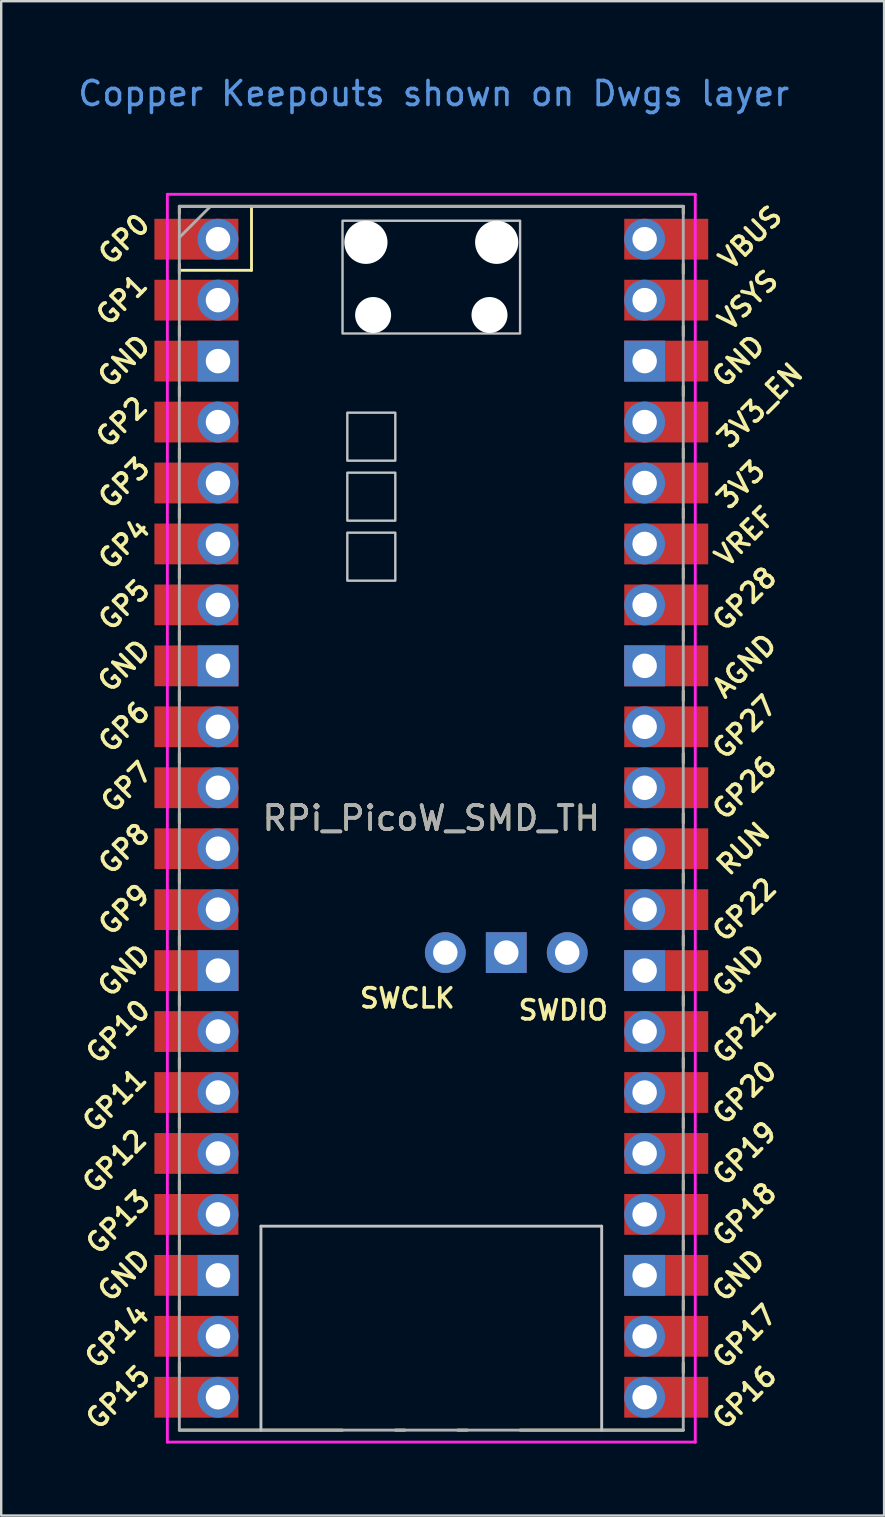
<source format=kicad_pcb>
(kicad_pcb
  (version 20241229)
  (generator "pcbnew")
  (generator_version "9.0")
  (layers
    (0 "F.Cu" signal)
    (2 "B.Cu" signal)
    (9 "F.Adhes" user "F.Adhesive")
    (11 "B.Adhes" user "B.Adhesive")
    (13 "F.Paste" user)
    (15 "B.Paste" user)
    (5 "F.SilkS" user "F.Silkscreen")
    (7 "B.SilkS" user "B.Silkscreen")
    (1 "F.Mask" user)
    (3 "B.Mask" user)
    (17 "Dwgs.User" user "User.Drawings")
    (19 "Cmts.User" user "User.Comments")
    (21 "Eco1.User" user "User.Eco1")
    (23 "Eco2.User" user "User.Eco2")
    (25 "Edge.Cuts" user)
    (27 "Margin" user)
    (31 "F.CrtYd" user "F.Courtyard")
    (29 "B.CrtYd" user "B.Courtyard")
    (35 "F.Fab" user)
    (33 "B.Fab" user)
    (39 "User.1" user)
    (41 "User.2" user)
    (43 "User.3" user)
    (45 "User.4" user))
  (footprint "RPi_PicoW_SMD_TH"
    (layer "F.Cu")
    (at 14.924 31.048)
    (property "Reference" "RPi_PicoW_SMD_TH" (at 0 0 0) (layer "F.SilkS") (effects (font (size 1 1) (thickness 0.15))))
    (attr through_hole)
    (fp_line (start -10.5 -25.5) (end -10.5 -25.2) (stroke (width 0.12) (type solid)) (layer "F.SilkS"))
    (fp_line (start -10.5 -25.5) (end 10.5 -25.5) (stroke (width 0.12) (type solid)) (layer "F.SilkS"))
    (fp_line (start -10.5 -23.1) (end -10.5 -22.7) (stroke (width 0.12) (type solid)) (layer "F.SilkS"))
    (fp_line (start -10.5 -22.833) (end -7.493 -22.833) (stroke (width 0.12) (type solid)) (layer "F.SilkS"))
    (fp_line (start -10.5 -20.5) (end -10.5 -20.1) (stroke (width 0.12) (type solid)) (layer "F.SilkS"))
    (fp_line (start -10.5 -18) (end -10.5 -17.6) (stroke (width 0.12) (type solid)) (layer "F.SilkS"))
    (fp_line (start -10.5 -15.4) (end -10.5 -15) (stroke (width 0.12) (type solid)) (layer "F.SilkS"))
    (fp_line (start -10.5 -12.9) (end -10.5 -12.5) (stroke (width 0.12) (type solid)) (layer "F.SilkS"))
    (fp_line (start -10.5 -10.4) (end -10.5 -10) (stroke (width 0.12) (type solid)) (layer "F.SilkS"))
    (fp_line (start -10.5 -7.8) (end -10.5 -7.4) (stroke (width 0.12) (type solid)) (layer "F.SilkS"))
    (fp_line (start -10.5 -5.3) (end -10.5 -4.9) (stroke (width 0.12) (type solid)) (layer "F.SilkS"))
    (fp_line (start -10.5 -2.7) (end -10.5 -2.3) (stroke (width 0.12) (type solid)) (layer "F.SilkS"))
    (fp_line (start -10.5 -0.2) (end -10.5 0.2) (stroke (width 0.12) (type solid)) (layer "F.SilkS"))
    (fp_line (start -10.5 2.3) (end -10.5 2.7) (stroke (width 0.12) (type solid)) (layer "F.SilkS"))
    (fp_line (start -10.5 4.9) (end -10.5 5.3) (stroke (width 0.12) (type solid)) (layer "F.SilkS"))
    (fp_line (start -10.5 7.4) (end -10.5 7.8) (stroke (width 0.12) (type solid)) (layer "F.SilkS"))
    (fp_line (start -10.5 10) (end -10.5 10.4) (stroke (width 0.12) (type solid)) (layer "F.SilkS"))
    (fp_line (start -10.5 12.5) (end -10.5 12.9) (stroke (width 0.12) (type solid)) (layer "F.SilkS"))
    (fp_line (start -10.5 15.1) (end -10.5 15.5) (stroke (width 0.12) (type solid)) (layer "F.SilkS"))
    (fp_line (start -10.5 17.6) (end -10.5 18) (stroke (width 0.12) (type solid)) (layer "F.SilkS"))
    (fp_line (start -10.5 20.1) (end -10.5 20.5) (stroke (width 0.12) (type solid)) (layer "F.SilkS"))
    (fp_line (start -10.5 22.7) (end -10.5 23.1) (stroke (width 0.12) (type solid)) (layer "F.SilkS"))
    (fp_line (start -7.493 -22.833) (end -7.493 -25.5) (stroke (width 0.12) (type solid)) (layer "F.SilkS"))
    (fp_line (start -3.7 25.5) (end -10.5 25.5) (stroke (width 0.12) (type solid)) (layer "F.SilkS"))
    (fp_line (start -1.5 25.5) (end -1.1 25.5) (stroke (width 0.12) (type solid)) (layer "F.SilkS"))
    (fp_line (start 1.1 25.5) (end 1.5 25.5) (stroke (width 0.12) (type solid)) (layer "F.SilkS"))
    (fp_line (start 10.5 -25.5) (end 10.5 -25.2) (stroke (width 0.12) (type solid)) (layer "F.SilkS"))
    (fp_line (start 10.5 -23.1) (end 10.5 -22.7) (stroke (width 0.12) (type solid)) (layer "F.SilkS"))
    (fp_line (start 10.5 -20.5) (end 10.5 -20.1) (stroke (width 0.12) (type solid)) (layer "F.SilkS"))
    (fp_line (start 10.5 -18) (end 10.5 -17.6) (stroke (width 0.12) (type solid)) (layer "F.SilkS"))
    (fp_line (start 10.5 -15.4) (end 10.5 -15) (stroke (width 0.12) (type solid)) (layer "F.SilkS"))
    (fp_line (start 10.5 -12.9) (end 10.5 -12.5) (stroke (width 0.12) (type solid)) (layer "F.SilkS"))
    (fp_line (start 10.5 -10.4) (end 10.5 -10) (stroke (width 0.12) (type solid)) (layer "F.SilkS"))
    (fp_line (start 10.5 -7.8) (end 10.5 -7.4) (stroke (width 0.12) (type solid)) (layer "F.SilkS"))
    (fp_line (start 10.5 -5.3) (end 10.5 -4.9) (stroke (width 0.12) (type solid)) (layer "F.SilkS"))
    (fp_line (start 10.5 -2.7) (end 10.5 -2.3) (stroke (width 0.12) (type solid)) (layer "F.SilkS"))
    (fp_line (start 10.5 -0.2) (end 10.5 0.2) (stroke (width 0.12) (type solid)) (layer "F.SilkS"))
    (fp_line (start 10.5 2.3) (end 10.5 2.7) (stroke (width 0.12) (type solid)) (layer "F.SilkS"))
    (fp_line (start 10.5 4.9) (end 10.5 5.3) (stroke (width 0.12) (type solid)) (layer "F.SilkS"))
    (fp_line (start 10.5 7.4) (end 10.5 7.8) (stroke (width 0.12) (type solid)) (layer "F.SilkS"))
    (fp_line (start 10.5 10) (end 10.5 10.4) (stroke (width 0.12) (type solid)) (layer "F.SilkS"))
    (fp_line (start 10.5 12.5) (end 10.5 12.9) (stroke (width 0.12) (type solid)) (layer "F.SilkS"))
    (fp_line (start 10.5 15.1) (end 10.5 15.5) (stroke (width 0.12) (type solid)) (layer "F.SilkS"))
    (fp_line (start 10.5 17.6) (end 10.5 18) (stroke (width 0.12) (type solid)) (layer "F.SilkS"))
    (fp_line (start 10.5 20.1) (end 10.5 20.5) (stroke (width 0.12) (type solid)) (layer "F.SilkS"))
    (fp_line (start 10.5 22.7) (end 10.5 23.1) (stroke (width 0.12) (type solid)) (layer "F.SilkS"))
    (fp_line (start 10.5 25.5) (end 3.7 25.5) (stroke (width 0.12) (type solid)) (layer "F.SilkS"))
    (fp_line (start -7.1 17) (end 7.1 17) (stroke (width 0.12) (type solid)) (layer "Dwgs.User"))
    (fp_line (start -7.1 25.5) (end -7.1 17) (stroke (width 0.12) (type solid)) (layer "Dwgs.User"))
    (fp_line (start 7.1 17) (end 7.1 25.5) (stroke (width 0.12) (type solid)) (layer "Dwgs.User"))
    (fp_poly (pts (xy -1.5 -14.9) (xy -3.5 -14.9) (xy -3.5 -16.9) (xy -1.5 -16.9)) (stroke (width 0.1) (type solid)) (fill no) (layer "Dwgs.User"))
    (fp_poly (pts (xy -1.5 -12.4) (xy -3.5 -12.4) (xy -3.5 -14.4) (xy -1.5 -14.4)) (stroke (width 0.1) (type solid)) (fill no) (layer "Dwgs.User"))
    (fp_poly (pts (xy -1.5 -9.9) (xy -3.5 -9.9) (xy -3.5 -11.9) (xy -1.5 -11.9)) (stroke (width 0.1) (type solid)) (fill no) (layer "Dwgs.User"))
    (fp_poly (pts (xy 3.7 -20.2) (xy -3.7 -20.2) (xy -3.7 -24.9) (xy 3.7 -24.9)) (stroke (width 0.1) (type solid)) (fill no) (layer "Dwgs.User"))
    (fp_line (start -11 -26) (end 11 -26) (stroke (width 0.12) (type solid)) (layer "F.CrtYd"))
    (fp_line (start -11 26) (end -11 -26) (stroke (width 0.12) (type solid)) (layer "F.CrtYd"))
    (fp_line (start 11 -26) (end 11 26) (stroke (width 0.12) (type solid)) (layer "F.CrtYd"))
    (fp_line (start 11 26) (end -11 26) (stroke (width 0.12) (type solid)) (layer "F.CrtYd"))
    (fp_line (start -10.5 -25.5) (end 10.5 -25.5) (stroke (width 0.12) (type solid)) (layer "F.Fab"))
    (fp_line (start -10.5 -24.2) (end -9.2 -25.5) (stroke (width 0.12) (type solid)) (layer "F.Fab"))
    (fp_line (start -10.5 25.5) (end -10.5 -25.5) (stroke (width 0.12) (type solid)) (layer "F.Fab"))
    (fp_line (start 10.5 -25.5) (end 10.5 25.5) (stroke (width 0.12) (type solid)) (layer "F.Fab"))
    (fp_line (start 10.5 25.5) (end -10.5 25.5) (stroke (width 0.12) (type solid)) (layer "F.Fab"))
    (fp_text user "GP18" (at 13.054 16.51 45) (layer "F.SilkS") (effects (font (size 0.8 0.8) (thickness 0.15))))
    (fp_text user "3V3" (at 12.9 -13.9 45) (layer "F.SilkS") (effects (font (size 0.8 0.8) (thickness 0.15))))
    (fp_text user "SWCLK" (at -1 7.5 0) (layer "F.SilkS") (effects (font (size 0.8 0.8) (thickness 0.15))))
    (fp_text user "GP0" (at -12.8 -24.13 45) (layer "F.SilkS") (effects (font (size 0.8 0.8) (thickness 0.15))))
    (fp_text user "GND" (at -12.8 -6.35 45) (layer "F.SilkS") (effects (font (size 0.8 0.8) (thickness 0.15))))
    (fp_text user "GP28" (at 13.054 -9.144 45) (layer "F.SilkS") (effects (font (size 0.8 0.8) (thickness 0.15))))
    (fp_text user "GND" (at -12.8 6.35 45) (layer "F.SilkS") (effects (font (size 0.8 0.8) (thickness 0.15))))
    (fp_text user "GP7" (at -12.7 -1.3 45) (layer "F.SilkS") (effects (font (size 0.8 0.8) (thickness 0.15))))
    (fp_text user "GP3" (at -12.8 -13.97 45) (layer "F.SilkS") (effects (font (size 0.8 0.8) (thickness 0.15))))
    (fp_text user "GP10" (at -13.054 8.89 45) (layer "F.SilkS") (effects (font (size 0.8 0.8) (thickness 0.15))))
    (fp_text user "GP15" (at -13.054 24.13 45) (layer "F.SilkS") (effects (font (size 0.8 0.8) (thickness 0.15))))
    (fp_text user "GND" (at 12.8 -19.05 45) (layer "F.SilkS") (effects (font (size 0.8 0.8) (thickness 0.15))))
    (fp_text user "RUN" (at 13 1.27 45) (layer "F.SilkS") (effects (font (size 0.8 0.8) (thickness 0.15))))
    (fp_text user "GP21" (at 13.054 8.9 45) (layer "F.SilkS") (effects (font (size 0.8 0.8) (thickness 0.15))))
    (fp_text user "GND" (at 12.8 19.05 45) (layer "F.SilkS") (effects (font (size 0.8 0.8) (thickness 0.15))))
    (fp_text user "GND" (at -12.8 -19.05 45) (layer "F.SilkS") (effects (font (size 0.8 0.8) (thickness 0.15))))
    (fp_text user "GP16" (at 13.054 24.13 45) (layer "F.SilkS") (effects (font (size 0.8 0.8) (thickness 0.15))))
    (fp_text user "VSYS" (at 13.2 -21.59 45) (layer "F.SilkS") (effects (font (size 0.8 0.8) (thickness 0.15))))
    (fp_text user "GP5" (at -12.8 -8.89 45) (layer "F.SilkS") (effects (font (size 0.8 0.8) (thickness 0.15))))
    (fp_text user "GP27" (at 13.054 -3.8 45) (layer "F.SilkS") (effects (font (size 0.8 0.8) (thickness 0.15))))
    (fp_text user "SWDIO" (at 5.5 8 0) (layer "F.SilkS") (effects (font (size 0.8 0.8) (thickness 0.15))))
    (fp_text user "GP11" (at -13.2 11.752 45) (layer "F.SilkS") (effects (font (size 0.8 0.8) (thickness 0.15))))
    (fp_text user "GP20" (at 13.054 11.43 45) (layer "F.SilkS") (effects (font (size 0.8 0.8) (thickness 0.15))))
    (fp_text user "GP26" (at 13.054 -1.27 45) (layer "F.SilkS") (effects (font (size 0.8 0.8) (thickness 0.15))))
    (fp_text user "GP6" (at -12.8 -3.81 45) (layer "F.SilkS") (effects (font (size 0.8 0.8) (thickness 0.15))))
    (fp_text user "VBUS" (at 13.3 -24.2 45) (layer "F.SilkS") (effects (font (size 0.8 0.8) (thickness 0.15))))
    (fp_text user "GP17" (at 13.054 21.59 45) (layer "F.SilkS") (effects (font (size 0.8 0.8) (thickness 0.15))))
    (fp_text user "GP22" (at 13.054 3.81 45) (layer "F.SilkS") (effects (font (size 0.8 0.8) (thickness 0.15))))
    (fp_text user "GP13" (at -13.054 16.832 45) (layer "F.SilkS") (effects (font (size 0.8 0.8) (thickness 0.15))))
    (fp_text user "GND" (at -12.8 19.05 45) (layer "F.SilkS") (effects (font (size 0.8 0.8) (thickness 0.15))))
    (fp_text user "GP1" (at -12.9 -21.6 45) (layer "F.SilkS") (effects (font (size 0.8 0.8) (thickness 0.15))))
    (fp_text user "GP14" (at -13.1 21.59 45) (layer "F.SilkS") (effects (font (size 0.8 0.8) (thickness 0.15))))
    (fp_text user "GP19" (at 13.054 13.97 45) (layer "F.SilkS") (effects (font (size 0.8 0.8) (thickness 0.15))))
    (fp_text user "GP4" (at -12.8 -11.43 45) (layer "F.SilkS") (effects (font (size 0.8 0.8) (thickness 0.15))))
    (fp_text user "GND" (at 12.8 6.35 45) (layer "F.SilkS") (effects (font (size 0.8 0.8) (thickness 0.15))))
    (fp_text user "GP9" (at -12.8 3.81 45) (layer "F.SilkS") (effects (font (size 0.8 0.8) (thickness 0.15))))
    (fp_text user "VREF" (at 13.068 -11.742 45) (layer "F.SilkS") (effects (font (size 0.8 0.8) (thickness 0.15))))
    (fp_text user "3V3_EN" (at 13.7 -17.2 45) (layer "F.SilkS") (effects (font (size 0.8 0.8) (thickness 0.15))))
    (fp_text user "GP2" (at -12.9 -16.51 45) (layer "F.SilkS") (effects (font (size 0.8 0.8) (thickness 0.15))))
    (fp_text user "GP8" (at -12.8 1.27 45) (layer "F.SilkS") (effects (font (size 0.8 0.8) (thickness 0.15))))
    (fp_text user "GP12" (at -13.2 14.293 45) (layer "F.SilkS") (effects (font (size 0.8 0.8) (thickness 0.15))))
    (fp_text user "AGND" (at 13.054 -6.35 45) (layer "F.SilkS") (effects (font (size 0.8 0.8) (thickness 0.15))))
    (fp_text user "Copper Keepouts shown on Dwgs layer" (at 0.1 -30.2 0) (layer "Cmts.User") (effects (font (size 1 1) (thickness 0.15))))
    (fp_text user "${REFERENCE}" (at 0 0 180) (layer "F.Fab") (effects (font (size 1 1) (thickness 0.15))))
    (pad "" np_thru_hole oval (at -2.725 -24) (size 1.8 1.8) (drill 1.8) (layers "*.Cu" "*.Mask"))
    (pad "" np_thru_hole oval (at -2.425 -20.97) (size 1.5 1.5) (drill 1.5) (layers "*.Cu" "*.Mask"))
    (pad "" np_thru_hole oval (at 2.425 -20.97) (size 1.5 1.5) (drill 1.5) (layers "*.Cu" "*.Mask"))
    (pad "" np_thru_hole oval (at 2.725 -24) (size 1.8 1.8) (drill 1.8) (layers "*.Cu" "*.Mask"))
    (pad "1" thru_hole oval (at -8.89 -24.13) (size 1.7 1.7) (drill 1.02) (layers "*.Cu" "*.Mask"))
    (pad "1" smd rect (at -8.89 -24.13) (size 3.5 1.7) (drill (offset -0.9 0)) (layers "F.Cu" "F.Mask"))
    (pad "2" thru_hole oval (at -8.89 -21.59) (size 1.7 1.7) (drill 1.02) (layers "*.Cu" "*.Mask"))
    (pad "2" smd rect (at -8.89 -21.59) (size 3.5 1.7) (drill (offset -0.9 0)) (layers "F.Cu" "F.Mask"))
    (pad "3" thru_hole rect (at -8.89 -19.05) (size 1.7 1.7) (drill 1.02) (layers "*.Cu" "*.Mask"))
    (pad "3" smd rect (at -8.89 -19.05) (size 3.5 1.7) (drill (offset -0.9 0)) (layers "F.Cu" "F.Mask"))
    (pad "4" thru_hole oval (at -8.89 -16.51) (size 1.7 1.7) (drill 1.02) (layers "*.Cu" "*.Mask"))
    (pad "4" smd rect (at -8.89 -16.51) (size 3.5 1.7) (drill (offset -0.9 0)) (layers "F.Cu" "F.Mask"))
    (pad "5" thru_hole oval (at -8.89 -13.97) (size 1.7 1.7) (drill 1.02) (layers "*.Cu" "*.Mask"))
    (pad "5" smd rect (at -8.89 -13.97) (size 3.5 1.7) (drill (offset -0.9 0)) (layers "F.Cu" "F.Mask"))
    (pad "6" thru_hole oval (at -8.89 -11.43) (size 1.7 1.7) (drill 1.02) (layers "*.Cu" "*.Mask"))
    (pad "6" smd rect (at -8.89 -11.43) (size 3.5 1.7) (drill (offset -0.9 0)) (layers "F.Cu" "F.Mask"))
    (pad "7" thru_hole oval (at -8.89 -8.89) (size 1.7 1.7) (drill 1.02) (layers "*.Cu" "*.Mask"))
    (pad "7" smd rect (at -8.89 -8.89) (size 3.5 1.7) (drill (offset -0.9 0)) (layers "F.Cu" "F.Mask"))
    (pad "8" thru_hole rect (at -8.89 -6.35) (size 1.7 1.7) (drill 1.02) (layers "*.Cu" "*.Mask"))
    (pad "8" smd rect (at -8.89 -6.35) (size 3.5 1.7) (drill (offset -0.9 0)) (layers "F.Cu" "F.Mask"))
    (pad "9" thru_hole oval (at -8.89 -3.81) (size 1.7 1.7) (drill 1.02) (layers "*.Cu" "*.Mask"))
    (pad "9" smd rect (at -8.89 -3.81) (size 3.5 1.7) (drill (offset -0.9 0)) (layers "F.Cu" "F.Mask"))
    (pad "10" thru_hole oval (at -8.89 -1.27) (size 1.7 1.7) (drill 1.02) (layers "*.Cu" "*.Mask"))
    (pad "10" smd rect (at -8.89 -1.27) (size 3.5 1.7) (drill (offset -0.9 0)) (layers "F.Cu" "F.Mask"))
    (pad "11" thru_hole oval (at -8.89 1.27) (size 1.7 1.7) (drill 1.02) (layers "*.Cu" "*.Mask"))
    (pad "11" smd rect (at -8.89 1.27) (size 3.5 1.7) (drill (offset -0.9 0)) (layers "F.Cu" "F.Mask"))
    (pad "12" thru_hole oval (at -8.89 3.81) (size 1.7 1.7) (drill 1.02) (layers "*.Cu" "*.Mask"))
    (pad "12" smd rect (at -8.89 3.81) (size 3.5 1.7) (drill (offset -0.9 0)) (layers "F.Cu" "F.Mask"))
    (pad "13" thru_hole rect (at -8.89 6.35) (size 1.7 1.7) (drill 1.02) (layers "*.Cu" "*.Mask"))
    (pad "13" smd rect (at -8.89 6.35) (size 3.5 1.7) (drill (offset -0.9 0)) (layers "F.Cu" "F.Mask"))
    (pad "14" thru_hole oval (at -8.89 8.89) (size 1.7 1.7) (drill 1.02) (layers "*.Cu" "*.Mask"))
    (pad "14" smd rect (at -8.89 8.89) (size 3.5 1.7) (drill (offset -0.9 0)) (layers "F.Cu" "F.Mask"))
    (pad "15" thru_hole oval (at -8.89 11.43) (size 1.7 1.7) (drill 1.02) (layers "*.Cu" "*.Mask"))
    (pad "15" smd rect (at -8.89 11.43) (size 3.5 1.7) (drill (offset -0.9 0)) (layers "F.Cu" "F.Mask"))
    (pad "16" thru_hole oval (at -8.89 13.97) (size 1.7 1.7) (drill 1.02) (layers "*.Cu" "*.Mask"))
    (pad "16" smd rect (at -8.89 13.97) (size 3.5 1.7) (drill (offset -0.9 0)) (layers "F.Cu" "F.Mask"))
    (pad "17" thru_hole oval (at -8.89 16.51) (size 1.7 1.7) (drill 1.02) (layers "*.Cu" "*.Mask"))
    (pad "17" smd rect (at -8.89 16.51) (size 3.5 1.7) (drill (offset -0.9 0)) (layers "F.Cu" "F.Mask"))
    (pad "18" thru_hole rect (at -8.89 19.05) (size 1.7 1.7) (drill 1.02) (layers "*.Cu" "*.Mask"))
    (pad "18" smd rect (at -8.89 19.05) (size 3.5 1.7) (drill (offset -0.9 0)) (layers "F.Cu" "F.Mask"))
    (pad "19" thru_hole oval (at -8.89 21.59) (size 1.7 1.7) (drill 1.02) (layers "*.Cu" "*.Mask"))
    (pad "19" smd rect (at -8.89 21.59) (size 3.5 1.7) (drill (offset -0.9 0)) (layers "F.Cu" "F.Mask"))
    (pad "20" thru_hole oval (at -8.89 24.13) (size 1.7 1.7) (drill 1.02) (layers "*.Cu" "*.Mask"))
    (pad "20" smd rect (at -8.89 24.13) (size 3.5 1.7) (drill (offset -0.9 0)) (layers "F.Cu" "F.Mask"))
    (pad "21" thru_hole oval (at 8.89 24.13) (size 1.7 1.7) (drill 1.02) (layers "*.Cu" "*.Mask"))
    (pad "21" smd rect (at 8.89 24.13) (size 3.5 1.7) (drill (offset 0.9 0)) (layers "F.Cu" "F.Mask"))
    (pad "22" thru_hole oval (at 8.89 21.59) (size 1.7 1.7) (drill 1.02) (layers "*.Cu" "*.Mask"))
    (pad "22" smd rect (at 8.89 21.59) (size 3.5 1.7) (drill (offset 0.9 0)) (layers "F.Cu" "F.Mask"))
    (pad "23" thru_hole rect (at 8.89 19.05) (size 1.7 1.7) (drill 1.02) (layers "*.Cu" "*.Mask"))
    (pad "23" smd rect (at 8.89 19.05) (size 3.5 1.7) (drill (offset 0.9 0)) (layers "F.Cu" "F.Mask"))
    (pad "24" thru_hole oval (at 8.89 16.51) (size 1.7 1.7) (drill 1.02) (layers "*.Cu" "*.Mask"))
    (pad "24" smd rect (at 8.89 16.51) (size 3.5 1.7) (drill (offset 0.9 0)) (layers "F.Cu" "F.Mask"))
    (pad "25" thru_hole oval (at 8.89 13.97) (size 1.7 1.7) (drill 1.02) (layers "*.Cu" "*.Mask"))
    (pad "25" smd rect (at 8.89 13.97) (size 3.5 1.7) (drill (offset 0.9 0)) (layers "F.Cu" "F.Mask"))
    (pad "26" thru_hole oval (at 8.89 11.43) (size 1.7 1.7) (drill 1.02) (layers "*.Cu" "*.Mask"))
    (pad "26" smd rect (at 8.89 11.43) (size 3.5 1.7) (drill (offset 0.9 0)) (layers "F.Cu" "F.Mask"))
    (pad "27" thru_hole oval (at 8.89 8.89) (size 1.7 1.7) (drill 1.02) (layers "*.Cu" "*.Mask"))
    (pad "27" smd rect (at 8.89 8.89) (size 3.5 1.7) (drill (offset 0.9 0)) (layers "F.Cu" "F.Mask"))
    (pad "28" thru_hole rect (at 8.89 6.35) (size 1.7 1.7) (drill 1.02) (layers "*.Cu" "*.Mask"))
    (pad "28" smd rect (at 8.89 6.35) (size 3.5 1.7) (drill (offset 0.9 0)) (layers "F.Cu" "F.Mask"))
    (pad "29" thru_hole oval (at 8.89 3.81) (size 1.7 1.7) (drill 1.02) (layers "*.Cu" "*.Mask"))
    (pad "29" smd rect (at 8.89 3.81) (size 3.5 1.7) (drill (offset 0.9 0)) (layers "F.Cu" "F.Mask"))
    (pad "30" thru_hole oval (at 8.89 1.27) (size 1.7 1.7) (drill 1.02) (layers "*.Cu" "*.Mask"))
    (pad "30" smd rect (at 8.89 1.27) (size 3.5 1.7) (drill (offset 0.9 0)) (layers "F.Cu" "F.Mask"))
    (pad "31" thru_hole oval (at 8.89 -1.27) (size 1.7 1.7) (drill 1.02) (layers "*.Cu" "*.Mask"))
    (pad "31" smd rect (at 8.89 -1.27) (size 3.5 1.7) (drill (offset 0.9 0)) (layers "F.Cu" "F.Mask"))
    (pad "32" thru_hole oval (at 8.89 -3.81) (size 1.7 1.7) (drill 1.02) (layers "*.Cu" "*.Mask"))
    (pad "32" smd rect (at 8.89 -3.81) (size 3.5 1.7) (drill (offset 0.9 0)) (layers "F.Cu" "F.Mask"))
    (pad "33" thru_hole rect (at 8.89 -6.35) (size 1.7 1.7) (drill 1.02) (layers "*.Cu" "*.Mask"))
    (pad "33" smd rect (at 8.89 -6.35) (size 3.5 1.7) (drill (offset 0.9 0)) (layers "F.Cu" "F.Mask"))
    (pad "34" thru_hole oval (at 8.89 -8.89) (size 1.7 1.7) (drill 1.02) (layers "*.Cu" "*.Mask"))
    (pad "34" smd rect (at 8.89 -8.89) (size 3.5 1.7) (drill (offset 0.9 0)) (layers "F.Cu" "F.Mask"))
    (pad "35" thru_hole oval (at 8.89 -11.43) (size 1.7 1.7) (drill 1.02) (layers "*.Cu" "*.Mask"))
    (pad "35" smd rect (at 8.89 -11.43) (size 3.5 1.7) (drill (offset 0.9 0)) (layers "F.Cu" "F.Mask"))
    (pad "36" thru_hole oval (at 8.89 -13.97) (size 1.7 1.7) (drill 1.02) (layers "*.Cu" "*.Mask"))
    (pad "36" smd rect (at 8.89 -13.97) (size 3.5 1.7) (drill (offset 0.9 0)) (layers "F.Cu" "F.Mask"))
    (pad "37" thru_hole oval (at 8.89 -16.51) (size 1.7 1.7) (drill 1.02) (layers "*.Cu" "*.Mask"))
    (pad "37" smd rect (at 8.89 -16.51) (size 3.5 1.7) (drill (offset 0.9 0)) (layers "F.Cu" "F.Mask"))
    (pad "38" thru_hole rect (at 8.89 -19.05) (size 1.7 1.7) (drill 1.02) (layers "*.Cu" "*.Mask"))
    (pad "38" smd rect (at 8.89 -19.05) (size 3.5 1.7) (drill (offset 0.9 0)) (layers "F.Cu" "F.Mask"))
    (pad "39" thru_hole oval (at 8.89 -21.59) (size 1.7 1.7) (drill 1.02) (layers "*.Cu" "*.Mask"))
    (pad "39" smd rect (at 8.89 -21.59) (size 3.5 1.7) (drill (offset 0.9 0)) (layers "F.Cu" "F.Mask"))
    (pad "40" thru_hole oval (at 8.89 -24.13) (size 1.7 1.7) (drill 1.02) (layers "*.Cu" "*.Mask"))
    (pad "40" smd rect (at 8.89 -24.13) (size 3.5 1.7) (drill (offset 0.9 0)) (layers "F.Cu" "F.Mask"))
    (pad "41" thru_hole oval (at 0.584 5.6) (size 1.7 1.7) (drill 1.02) (layers "*.Cu" "*.Mask"))
    (pad "42" thru_hole rect (at 3.124 5.6) (size 1.7 1.7) (drill 1.02) (layers "*.Cu" "*.Mask"))
    (pad "43" thru_hole oval (at 5.664 5.6) (size 1.7 1.7) (drill 1.02) (layers "*.Cu" "*.Mask")))
  (gr_rect
    (start -3 -3)
    (end 33.793 60.108)
    (stroke (width 0.1) (type default))
    (fill no)
    (layer "Edge.Cuts")))
</source>
